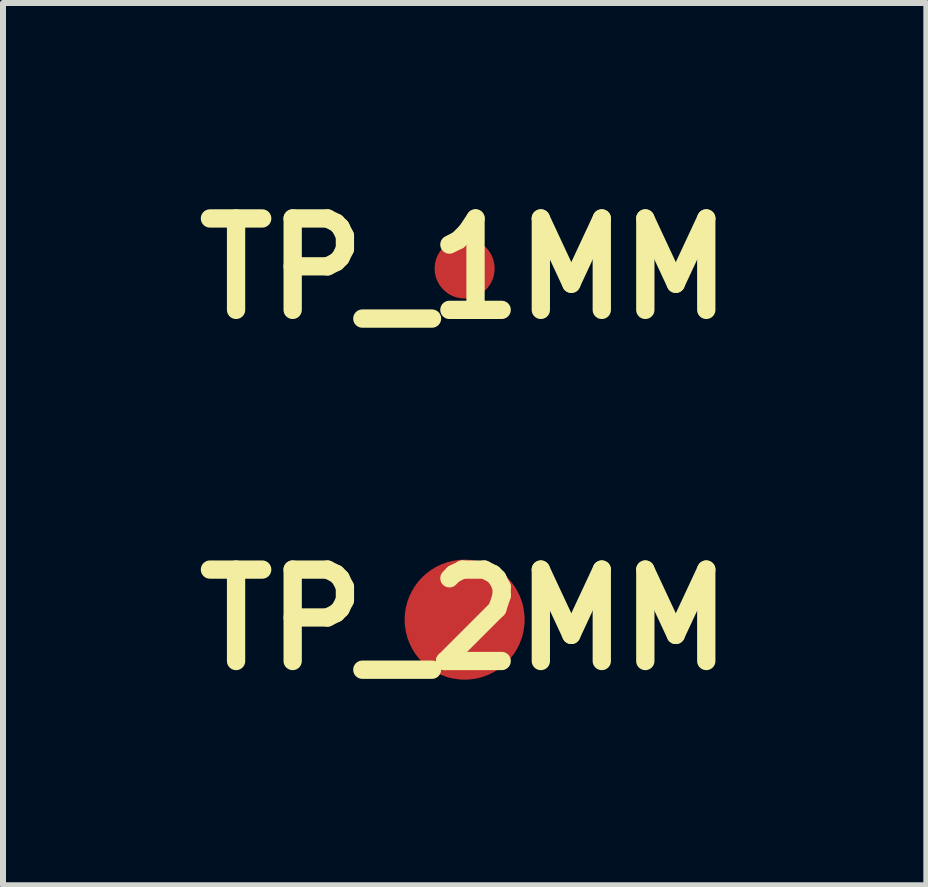
<source format=kicad_pcb>
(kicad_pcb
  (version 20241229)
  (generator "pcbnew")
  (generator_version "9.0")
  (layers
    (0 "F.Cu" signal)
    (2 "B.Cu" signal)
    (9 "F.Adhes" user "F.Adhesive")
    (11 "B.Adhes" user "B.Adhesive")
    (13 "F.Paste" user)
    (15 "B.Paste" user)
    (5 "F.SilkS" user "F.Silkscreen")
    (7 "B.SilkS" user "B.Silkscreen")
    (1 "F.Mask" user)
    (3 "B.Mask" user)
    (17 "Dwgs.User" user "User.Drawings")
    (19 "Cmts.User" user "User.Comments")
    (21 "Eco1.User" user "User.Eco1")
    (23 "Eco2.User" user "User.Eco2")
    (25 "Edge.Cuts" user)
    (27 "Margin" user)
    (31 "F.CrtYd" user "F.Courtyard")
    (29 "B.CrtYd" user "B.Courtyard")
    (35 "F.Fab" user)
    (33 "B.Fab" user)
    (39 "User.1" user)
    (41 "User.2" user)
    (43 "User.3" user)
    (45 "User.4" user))
  (footprint "TP_1MM"
    (layer "F.Cu")
    (at 4.695 1.426)
    (property "Reference" "TP_1MM" (at 0 0 0) (layer "F.SilkS") (effects (font (size 1.524 1.524) (thickness 0.305))))
    (attr through_hole)
    (pad "1" smd circle (at 0 0) (size 1 1) (layers "F.Cu" "F.Mask" "F.Paste")))
  (footprint "TP_2MM"
    (layer "F.Cu")
    (at 4.695 7.279)
    (property "Reference" "TP_2MM" (at 0 0 0) (layer "F.SilkS") (effects (font (size 1.524 1.524) (thickness 0.305))))
    (attr through_hole)
    (pad "1" smd circle (at 0 0) (size 2 2) (layers "F.Cu" "F.Mask" "F.Paste")))
  (gr_rect
    (start -3 -3)
    (end 12.391 11.706)
    (stroke (width 0.1) (type default))
    (fill no)
    (layer "Edge.Cuts")))
</source>
